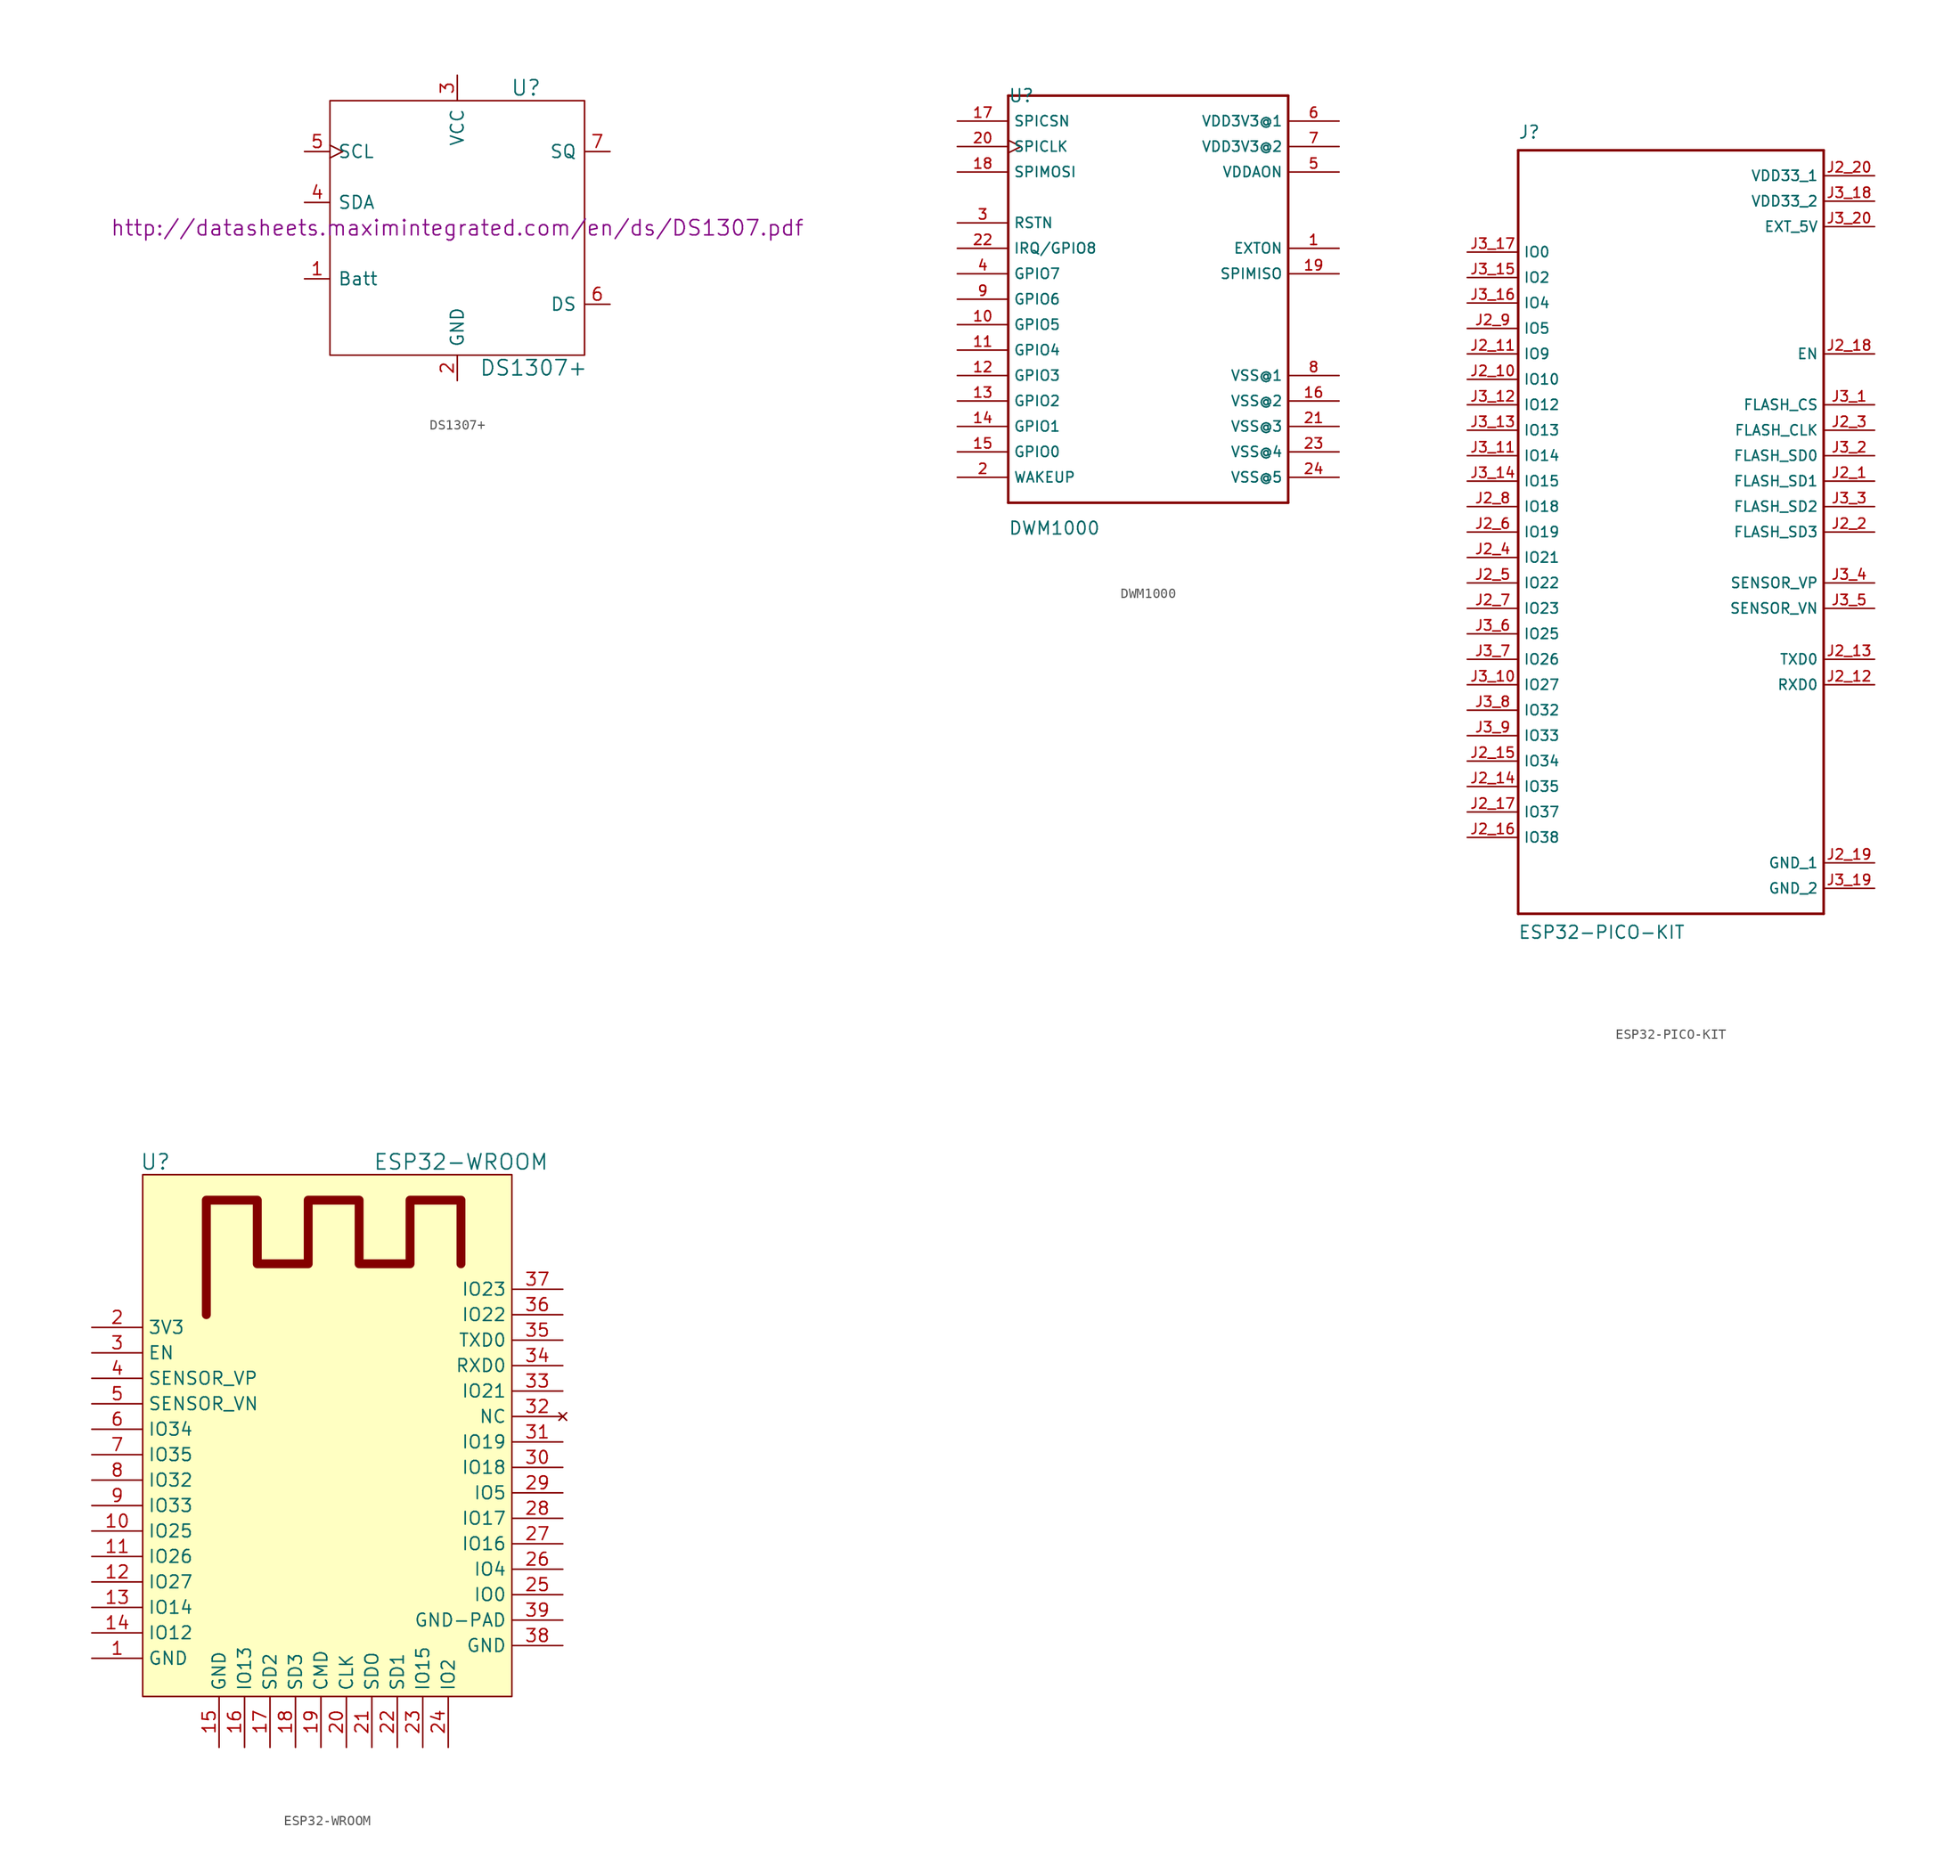
<source format=kicad_sym>
(kicad_symbol_lib
  (version 20201005)
  (generator kicad_symbol_editor)
  (symbol "Zimprich_neu:DS1307+"
    (pin_names
      (offset 0.762))
    (property "Reference" "U"
      (at 6.858 13.97 0)
      (effects (font (size 1.524 1.524))))
    (property "Value" "DS1307+"
      (at 7.62 -13.97 0)
      (effects (font (size 1.524 1.524))))
    (property "Footprint" ""
      (at 0 0 0)
      (effects (font (size 1.524 1.524))))
    (property "Datasheet" "http://datasheets.maximintegrated.com/en/ds/DS1307.pdf"
      (at 0 0 0)
      (effects (font (size 1.524 1.524))))
    (symbol "DS1307+_0_1"
      (rectangle (start -12.7 12.7) (end 12.7 -12.7) (stroke (width 0)) (fill (type none))))
    (symbol "DS1307+_1_1"
      (pin input line (at -15.24 -5.08 0) (length 2.54) (name "Batt" (effects (font (size 1.27 1.27)))) (number "1" (effects (font (size 1.27 1.27)))))
      (pin power_in line (at 0 -15.24 90) (length 2.54) (name "GND" (effects (font (size 1.27 1.27)))) (number "2" (effects (font (size 1.27 1.27)))))
      (pin power_in line (at 0 15.24 270) (length 2.54) (name "VCC" (effects (font (size 1.27 1.27)))) (number "3" (effects (font (size 1.27 1.27)))))
      (pin bidirectional line (at -15.24 2.54 0) (length 2.54) (name "SDA" (effects (font (size 1.27 1.27)))) (number "4" (effects (font (size 1.27 1.27)))))
      (pin input clock (at -15.24 7.62 0) (length 2.54) (name "SCL" (effects (font (size 1.27 1.27)))) (number "5" (effects (font (size 1.27 1.27)))))
      (pin input line (at 15.24 -7.62 180) (length 2.54) (name "DS" (effects (font (size 1.27 1.27)))) (number "6" (effects (font (size 1.27 1.27)))))
      (pin output line (at 15.24 7.62 180) (length 2.54) (name "SQ" (effects (font (size 1.27 1.27)))) (number "7" (effects (font (size 1.27 1.27)))))))
  (symbol "Zimprich_neu:DWM1000"
    (property "Reference" "U"
      (at -12.7 20.32 0)
      (effects (font (size 1.27 1.27)) (justify left)))
    (property "Value" "DWM1000"
      (at -12.7 -22.86 0)
      (effects (font (size 1.27 1.27)) (justify left)))
    (property "ki_locked" ""
      (at 0 0 0)
      (effects (font (size 1.27 1.27))))
    (symbol "DWM1000_0_0"
      (polyline (pts (xy -12.7 -20.32) (xy 15.24 -20.32)) (stroke (width 0.254)) (fill (type none)))
      (polyline (pts (xy -12.7 20.32) (xy -12.7 -20.32)) (stroke (width 0.254)) (fill (type none)))
      (polyline (pts (xy 15.24 -20.32) (xy 15.24 20.32)) (stroke (width 0.254)) (fill (type none)))
      (polyline (pts (xy 15.24 20.32) (xy -12.7 20.32)) (stroke (width 0.254)) (fill (type none)))
      (pin output line (at 20.32 5.08 180) (length 5.08) (name "EXTON" (effects (font (size 1.016 1.016)))) (number "1" (effects (font (size 1.016 1.016)))))
      (pin bidirectional line (at -17.78 -2.54 0) (length 5.08) (name "GPIO5" (effects (font (size 1.016 1.016)))) (number "10" (effects (font (size 1.016 1.016)))))
      (pin bidirectional line (at -17.78 -5.08 0) (length 5.08) (name "GPIO4" (effects (font (size 1.016 1.016)))) (number "11" (effects (font (size 1.016 1.016)))))
      (pin bidirectional line (at -17.78 -7.62 0) (length 5.08) (name "GPIO3" (effects (font (size 1.016 1.016)))) (number "12" (effects (font (size 1.016 1.016)))))
      (pin bidirectional line (at -17.78 -10.16 0) (length 5.08) (name "GPIO2" (effects (font (size 1.016 1.016)))) (number "13" (effects (font (size 1.016 1.016)))))
      (pin bidirectional line (at -17.78 -12.7 0) (length 5.08) (name "GPIO1" (effects (font (size 1.016 1.016)))) (number "14" (effects (font (size 1.016 1.016)))))
      (pin bidirectional line (at -17.78 -15.24 0) (length 5.08) (name "GPIO0" (effects (font (size 1.016 1.016)))) (number "15" (effects (font (size 1.016 1.016)))))
      (pin input line (at 20.32 -10.16 180) (length 5.08) (name "VSS@2" (effects (font (size 1.016 1.016)))) (number "16" (effects (font (size 1.016 1.016)))))
      (pin input line (at -17.78 17.78 0) (length 5.08) (name "SPICSN" (effects (font (size 1.016 1.016)))) (number "17" (effects (font (size 1.016 1.016)))))
      (pin input line (at -17.78 12.7 0) (length 5.08) (name "SPIMOSI" (effects (font (size 1.016 1.016)))) (number "18" (effects (font (size 1.016 1.016)))))
      (pin output line (at 20.32 2.54 180) (length 5.08) (name "SPIMISO" (effects (font (size 1.016 1.016)))) (number "19" (effects (font (size 1.016 1.016)))))
      (pin bidirectional line (at -17.78 -17.78 0) (length 5.08) (name "WAKEUP" (effects (font (size 1.016 1.016)))) (number "2" (effects (font (size 1.016 1.016)))))
      (pin input clock (at -17.78 15.24 0) (length 5.08) (name "SPICLK" (effects (font (size 1.016 1.016)))) (number "20" (effects (font (size 1.016 1.016)))))
      (pin input line (at 20.32 -12.7 180) (length 5.08) (name "VSS@3" (effects (font (size 1.016 1.016)))) (number "21" (effects (font (size 1.016 1.016)))))
      (pin bidirectional line (at -17.78 5.08 0) (length 5.08) (name "IRQ/GPIO8" (effects (font (size 1.016 1.016)))) (number "22" (effects (font (size 1.016 1.016)))))
      (pin input line (at 20.32 -15.24 180) (length 5.08) (name "VSS@4" (effects (font (size 1.016 1.016)))) (number "23" (effects (font (size 1.016 1.016)))))
      (pin input line (at 20.32 -17.78 180) (length 5.08) (name "VSS@5" (effects (font (size 1.016 1.016)))) (number "24" (effects (font (size 1.016 1.016)))))
      (pin bidirectional line (at -17.78 7.62 0) (length 5.08) (name "RSTN" (effects (font (size 1.016 1.016)))) (number "3" (effects (font (size 1.016 1.016)))))
      (pin bidirectional line (at -17.78 2.54 0) (length 5.08) (name "GPIO7" (effects (font (size 1.016 1.016)))) (number "4" (effects (font (size 1.016 1.016)))))
      (pin input line (at 20.32 12.7 180) (length 5.08) (name "VDDAON" (effects (font (size 1.016 1.016)))) (number "5" (effects (font (size 1.016 1.016)))))
      (pin input line (at 20.32 17.78 180) (length 5.08) (name "VDD3V3@1" (effects (font (size 1.016 1.016)))) (number "6" (effects (font (size 1.016 1.016)))))
      (pin input line (at 20.32 15.24 180) (length 5.08) (name "VDD3V3@2" (effects (font (size 1.016 1.016)))) (number "7" (effects (font (size 1.016 1.016)))))
      (pin input line (at 20.32 -7.62 180) (length 5.08) (name "VSS@1" (effects (font (size 1.016 1.016)))) (number "8" (effects (font (size 1.016 1.016)))))
      (pin bidirectional line (at -17.78 0 0) (length 5.08) (name "GPIO6" (effects (font (size 1.016 1.016)))) (number "9" (effects (font (size 1.016 1.016)))))))
  (symbol "Zimprich_neu:ESP32-PICO-KIT"
    (property "Reference" "J"
      (at -15.265 39.167 0)
      (effects (font (size 1.27 1.27)) (justify left bottom)))
    (property "Value" "ESP32-PICO-KIT"
      (at -15.265 -40.691 0)
      (effects (font (size 1.27 1.27)) (justify left bottom)))
    (property "ki_locked" ""
      (at 0 0 0)
      (effects (font (size 1.27 1.27))))
    (symbol "ESP32-PICO-KIT_0_0"
      (polyline (pts (xy -15.24 -38.1) (xy -15.24 38.1)) (stroke (width 0.254)) (fill (type none)))
      (polyline (pts (xy -15.24 38.1) (xy 15.24 38.1)) (stroke (width 0.254)) (fill (type none)))
      (polyline (pts (xy 15.24 -38.1) (xy -15.24 -38.1)) (stroke (width 0.254)) (fill (type none)))
      (polyline (pts (xy 15.24 38.1) (xy 15.24 -38.1)) (stroke (width 0.254)) (fill (type none)))
      (pin bidirectional line (at 20.32 5.08 180) (length 5.08) (name "FLASH_SD1" (effects (font (size 1.016 1.016)))) (number "J2_1" (effects (font (size 1.016 1.016)))))
      (pin bidirectional line (at -20.32 15.24 0) (length 5.08) (name "IO10" (effects (font (size 1.016 1.016)))) (number "J2_10" (effects (font (size 1.016 1.016)))))
      (pin bidirectional line (at -20.32 17.78 0) (length 5.08) (name "IO9" (effects (font (size 1.016 1.016)))) (number "J2_11" (effects (font (size 1.016 1.016)))))
      (pin bidirectional line (at 20.32 -15.24 180) (length 5.08) (name "RXD0" (effects (font (size 1.016 1.016)))) (number "J2_12" (effects (font (size 1.016 1.016)))))
      (pin bidirectional line (at 20.32 -12.7 180) (length 5.08) (name "TXD0" (effects (font (size 1.016 1.016)))) (number "J2_13" (effects (font (size 1.016 1.016)))))
      (pin input line (at -20.32 -25.4 0) (length 5.08) (name "IO35" (effects (font (size 1.016 1.016)))) (number "J2_14" (effects (font (size 1.016 1.016)))))
      (pin input line (at -20.32 -22.86 0) (length 5.08) (name "IO34" (effects (font (size 1.016 1.016)))) (number "J2_15" (effects (font (size 1.016 1.016)))))
      (pin input line (at -20.32 -30.48 0) (length 5.08) (name "IO38" (effects (font (size 1.016 1.016)))) (number "J2_16" (effects (font (size 1.016 1.016)))))
      (pin input line (at -20.32 -27.94 0) (length 5.08) (name "IO37" (effects (font (size 1.016 1.016)))) (number "J2_17" (effects (font (size 1.016 1.016)))))
      (pin input line (at 20.32 17.78 180) (length 5.08) (name "EN" (effects (font (size 1.016 1.016)))) (number "J2_18" (effects (font (size 1.016 1.016)))))
      (pin power_in line (at 20.32 -33.02 180) (length 5.08) (name "GND_1" (effects (font (size 1.016 1.016)))) (number "J2_19" (effects (font (size 1.016 1.016)))))
      (pin bidirectional line (at 20.32 0 180) (length 5.08) (name "FLASH_SD3" (effects (font (size 1.016 1.016)))) (number "J2_2" (effects (font (size 1.016 1.016)))))
      (pin power_in line (at 20.32 35.56 180) (length 5.08) (name "VDD33_1" (effects (font (size 1.016 1.016)))) (number "J2_20" (effects (font (size 1.016 1.016)))))
      (pin bidirectional line (at 20.32 10.16 180) (length 5.08) (name "FLASH_CLK" (effects (font (size 1.016 1.016)))) (number "J2_3" (effects (font (size 1.016 1.016)))))
      (pin bidirectional line (at -20.32 -2.54 0) (length 5.08) (name "IO21" (effects (font (size 1.016 1.016)))) (number "J2_4" (effects (font (size 1.016 1.016)))))
      (pin bidirectional line (at -20.32 -5.08 0) (length 5.08) (name "IO22" (effects (font (size 1.016 1.016)))) (number "J2_5" (effects (font (size 1.016 1.016)))))
      (pin bidirectional line (at -20.32 0 0) (length 5.08) (name "IO19" (effects (font (size 1.016 1.016)))) (number "J2_6" (effects (font (size 1.016 1.016)))))
      (pin bidirectional line (at -20.32 -7.62 0) (length 5.08) (name "IO23" (effects (font (size 1.016 1.016)))) (number "J2_7" (effects (font (size 1.016 1.016)))))
      (pin bidirectional line (at -20.32 2.54 0) (length 5.08) (name "IO18" (effects (font (size 1.016 1.016)))) (number "J2_8" (effects (font (size 1.016 1.016)))))
      (pin bidirectional line (at -20.32 20.32 0) (length 5.08) (name "IO5" (effects (font (size 1.016 1.016)))) (number "J2_9" (effects (font (size 1.016 1.016)))))
      (pin bidirectional line (at 20.32 12.7 180) (length 5.08) (name "FLASH_CS" (effects (font (size 1.016 1.016)))) (number "J3_1" (effects (font (size 1.016 1.016)))))
      (pin bidirectional line (at -20.32 -15.24 0) (length 5.08) (name "IO27" (effects (font (size 1.016 1.016)))) (number "J3_10" (effects (font (size 1.016 1.016)))))
      (pin bidirectional line (at -20.32 7.62 0) (length 5.08) (name "IO14" (effects (font (size 1.016 1.016)))) (number "J3_11" (effects (font (size 1.016 1.016)))))
      (pin bidirectional line (at -20.32 12.7 0) (length 5.08) (name "IO12" (effects (font (size 1.016 1.016)))) (number "J3_12" (effects (font (size 1.016 1.016)))))
      (pin bidirectional line (at -20.32 10.16 0) (length 5.08) (name "IO13" (effects (font (size 1.016 1.016)))) (number "J3_13" (effects (font (size 1.016 1.016)))))
      (pin bidirectional line (at -20.32 5.08 0) (length 5.08) (name "IO15" (effects (font (size 1.016 1.016)))) (number "J3_14" (effects (font (size 1.016 1.016)))))
      (pin bidirectional line (at -20.32 25.4 0) (length 5.08) (name "IO2" (effects (font (size 1.016 1.016)))) (number "J3_15" (effects (font (size 1.016 1.016)))))
      (pin bidirectional line (at -20.32 22.86 0) (length 5.08) (name "IO4" (effects (font (size 1.016 1.016)))) (number "J3_16" (effects (font (size 1.016 1.016)))))
      (pin bidirectional line (at -20.32 27.94 0) (length 5.08) (name "IO0" (effects (font (size 1.016 1.016)))) (number "J3_17" (effects (font (size 1.016 1.016)))))
      (pin power_in line (at 20.32 33.02 180) (length 5.08) (name "VDD33_2" (effects (font (size 1.016 1.016)))) (number "J3_18" (effects (font (size 1.016 1.016)))))
      (pin power_in line (at 20.32 -35.56 180) (length 5.08) (name "GND_2" (effects (font (size 1.016 1.016)))) (number "J3_19" (effects (font (size 1.016 1.016)))))
      (pin bidirectional line (at 20.32 7.62 180) (length 5.08) (name "FLASH_SD0" (effects (font (size 1.016 1.016)))) (number "J3_2" (effects (font (size 1.016 1.016)))))
      (pin power_in line (at 20.32 30.48 180) (length 5.08) (name "EXT_5V" (effects (font (size 1.016 1.016)))) (number "J3_20" (effects (font (size 1.016 1.016)))))
      (pin bidirectional line (at 20.32 2.54 180) (length 5.08) (name "FLASH_SD2" (effects (font (size 1.016 1.016)))) (number "J3_3" (effects (font (size 1.016 1.016)))))
      (pin input line (at 20.32 -5.08 180) (length 5.08) (name "SENSOR_VP" (effects (font (size 1.016 1.016)))) (number "J3_4" (effects (font (size 1.016 1.016)))))
      (pin input line (at 20.32 -7.62 180) (length 5.08) (name "SENSOR_VN" (effects (font (size 1.016 1.016)))) (number "J3_5" (effects (font (size 1.016 1.016)))))
      (pin bidirectional line (at -20.32 -10.16 0) (length 5.08) (name "IO25" (effects (font (size 1.016 1.016)))) (number "J3_6" (effects (font (size 1.016 1.016)))))
      (pin bidirectional line (at -20.32 -12.7 0) (length 5.08) (name "IO26" (effects (font (size 1.016 1.016)))) (number "J3_7" (effects (font (size 1.016 1.016)))))
      (pin bidirectional line (at -20.32 -17.78 0) (length 5.08) (name "IO32" (effects (font (size 1.016 1.016)))) (number "J3_8" (effects (font (size 1.016 1.016)))))
      (pin bidirectional line (at -20.32 -20.32 0) (length 5.08) (name "IO33" (effects (font (size 1.016 1.016)))) (number "J3_9" (effects (font (size 1.016 1.016)))))))
  (symbol "Zimprich_neu:ESP32-WROOM"
    (property "Reference" "U"
      (at -17.78 31.75 0)
      (effects (font (size 1.524 1.524))))
    (property "Value" "ESP32-WROOM"
      (at 12.7 31.75 0)
      (effects (font (size 1.524 1.524))))
    (symbol "ESP32-WROOM_0_1"
      (rectangle (start -19.05 30.48) (end 17.78 -21.59) (stroke (width 0)) (fill (type background)))
      (polyline (pts (xy -12.7 16.51) (xy -12.7 27.94) (xy -7.62 27.94) (xy -7.62 21.59) (xy -2.54 21.59) (xy -2.54 27.94) (xy 2.54 27.94) (xy 2.54 21.59) (xy 7.62 21.59) (xy 7.62 27.94) (xy 12.7 27.94) (xy 12.7 21.59)) (stroke (width 0.889)) (fill (type none))))
    (symbol "ESP32-WROOM_1_1"
      (pin power_out line (at -24.13 -17.78 0) (length 5.08) (name "GND" (effects (font (size 1.27 1.27)))) (number "1" (effects (font (size 1.27 1.27)))))
      (pin bidirectional line (at -24.13 -5.08 0) (length 5.08) (name "IO25" (effects (font (size 1.27 1.27)))) (number "10" (effects (font (size 1.27 1.27)))))
      (pin bidirectional line (at -24.13 -7.62 0) (length 5.08) (name "IO26" (effects (font (size 1.27 1.27)))) (number "11" (effects (font (size 1.27 1.27)))))
      (pin bidirectional line (at -24.13 -10.16 0) (length 5.08) (name "IO27" (effects (font (size 1.27 1.27)))) (number "12" (effects (font (size 1.27 1.27)))))
      (pin bidirectional line (at -24.13 -12.7 0) (length 5.08) (name "IO14" (effects (font (size 1.27 1.27)))) (number "13" (effects (font (size 1.27 1.27)))))
      (pin bidirectional line (at -24.13 -15.24 0) (length 5.08) (name "IO12" (effects (font (size 1.27 1.27)))) (number "14" (effects (font (size 1.27 1.27)))))
      (pin power_in line (at -11.43 -26.67 90) (length 5.08) (name "GND" (effects (font (size 1.27 1.27)))) (number "15" (effects (font (size 1.27 1.27)))))
      (pin bidirectional line (at -8.89 -26.67 90) (length 5.08) (name "IO13" (effects (font (size 1.27 1.27)))) (number "16" (effects (font (size 1.27 1.27)))))
      (pin bidirectional line (at -6.35 -26.67 90) (length 5.08) (name "SD2" (effects (font (size 1.27 1.27)))) (number "17" (effects (font (size 1.27 1.27)))))
      (pin bidirectional line (at -3.81 -26.67 90) (length 5.08) (name "SD3" (effects (font (size 1.27 1.27)))) (number "18" (effects (font (size 1.27 1.27)))))
      (pin bidirectional line (at -1.27 -26.67 90) (length 5.08) (name "CMD" (effects (font (size 1.27 1.27)))) (number "19" (effects (font (size 1.27 1.27)))))
      (pin power_in line (at -24.13 15.24 0) (length 5.08) (name "3V3" (effects (font (size 1.27 1.27)))) (number "2" (effects (font (size 1.27 1.27)))))
      (pin input line (at 1.27 -26.67 90) (length 5.08) (name "CLK" (effects (font (size 1.27 1.27)))) (number "20" (effects (font (size 1.27 1.27)))))
      (pin bidirectional line (at 3.81 -26.67 90) (length 5.08) (name "SDO" (effects (font (size 1.27 1.27)))) (number "21" (effects (font (size 1.27 1.27)))))
      (pin bidirectional line (at 6.35 -26.67 90) (length 5.08) (name "SD1" (effects (font (size 1.27 1.27)))) (number "22" (effects (font (size 1.27 1.27)))))
      (pin bidirectional line (at 8.89 -26.67 90) (length 5.08) (name "IO15" (effects (font (size 1.27 1.27)))) (number "23" (effects (font (size 1.27 1.27)))))
      (pin bidirectional line (at 11.43 -26.67 90) (length 5.08) (name "IO2" (effects (font (size 1.27 1.27)))) (number "24" (effects (font (size 1.27 1.27)))))
      (pin bidirectional line (at 22.86 -11.43 180) (length 5.08) (name "IO0" (effects (font (size 1.27 1.27)))) (number "25" (effects (font (size 1.27 1.27)))))
      (pin input line (at 22.86 -8.89 180) (length 5.08) (name "IO4" (effects (font (size 1.27 1.27)))) (number "26" (effects (font (size 1.27 1.27)))))
      (pin bidirectional line (at 22.86 -6.35 180) (length 5.08) (name "IO16" (effects (font (size 1.27 1.27)))) (number "27" (effects (font (size 1.27 1.27)))))
      (pin bidirectional line (at 22.86 -3.81 180) (length 5.08) (name "IO17" (effects (font (size 1.27 1.27)))) (number "28" (effects (font (size 1.27 1.27)))))
      (pin bidirectional line (at 22.86 -1.27 180) (length 5.08) (name "IO5" (effects (font (size 1.27 1.27)))) (number "29" (effects (font (size 1.27 1.27)))))
      (pin input line (at -24.13 12.7 0) (length 5.08) (name "EN" (effects (font (size 1.27 1.27)))) (number "3" (effects (font (size 1.27 1.27)))))
      (pin input line (at 22.86 1.27 180) (length 5.08) (name "IO18" (effects (font (size 1.27 1.27)))) (number "30" (effects (font (size 1.27 1.27)))))
      (pin bidirectional line (at 22.86 3.81 180) (length 5.08) (name "IO19" (effects (font (size 1.27 1.27)))) (number "31" (effects (font (size 1.27 1.27)))))
      (pin unconnected line (at 22.86 6.35 180) (length 5.08) (name "NC" (effects (font (size 1.27 1.27)))) (number "32" (effects (font (size 1.27 1.27)))))
      (pin bidirectional line (at 22.86 8.89 180) (length 5.08) (name "IO21" (effects (font (size 1.27 1.27)))) (number "33" (effects (font (size 1.27 1.27)))))
      (pin bidirectional line (at 22.86 11.43 180) (length 5.08) (name "RXD0" (effects (font (size 1.27 1.27)))) (number "34" (effects (font (size 1.27 1.27)))))
      (pin bidirectional line (at 22.86 13.97 180) (length 5.08) (name "TXD0" (effects (font (size 1.27 1.27)))) (number "35" (effects (font (size 1.27 1.27)))))
      (pin bidirectional line (at 22.86 16.51 180) (length 5.08) (name "IO22" (effects (font (size 1.27 1.27)))) (number "36" (effects (font (size 1.27 1.27)))))
      (pin bidirectional line (at 22.86 19.05 180) (length 5.08) (name "IO23" (effects (font (size 1.27 1.27)))) (number "37" (effects (font (size 1.27 1.27)))))
      (pin power_in line (at 22.86 -16.51 180) (length 5.08) (name "GND" (effects (font (size 1.27 1.27)))) (number "38" (effects (font (size 1.27 1.27)))))
      (pin power_in line (at 22.86 -13.97 180) (length 5.08) (name "GND-PAD" (effects (font (size 1.27 1.27)))) (number "39" (effects (font (size 1.27 1.27)))))
      (pin input line (at -24.13 10.16 0) (length 5.08) (name "SENSOR_VP" (effects (font (size 1.27 1.27)))) (number "4" (effects (font (size 1.27 1.27)))))
      (pin input line (at -24.13 7.62 0) (length 5.08) (name "SENSOR_VN" (effects (font (size 1.27 1.27)))) (number "5" (effects (font (size 1.27 1.27)))))
      (pin bidirectional line (at -24.13 5.08 0) (length 5.08) (name "IO34" (effects (font (size 1.27 1.27)))) (number "6" (effects (font (size 1.27 1.27)))))
      (pin bidirectional line (at -24.13 2.54 0) (length 5.08) (name "IO35" (effects (font (size 1.27 1.27)))) (number "7" (effects (font (size 1.27 1.27)))))
      (pin bidirectional line (at -24.13 0 0) (length 5.08) (name "IO32" (effects (font (size 1.27 1.27)))) (number "8" (effects (font (size 1.27 1.27)))))
      (pin bidirectional line (at -24.13 -2.54 0) (length 5.08) (name "IO33" (effects (font (size 1.27 1.27)))) (number "9" (effects (font (size 1.27 1.27))))))))
</source>
